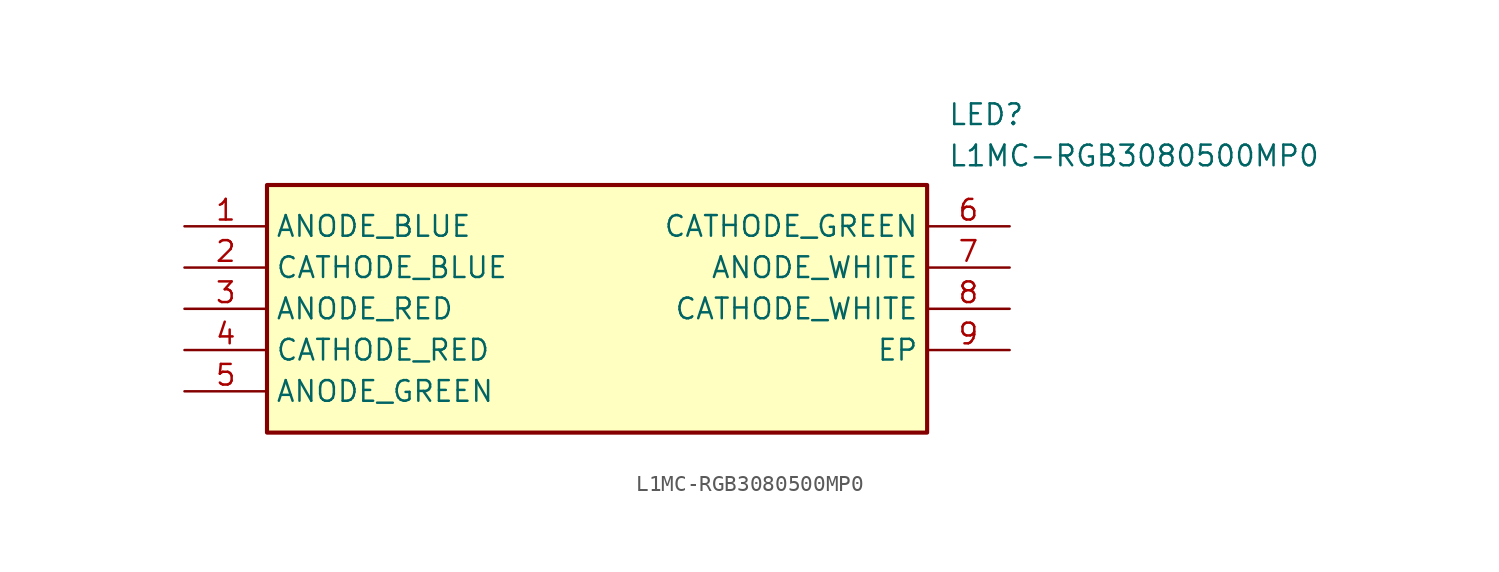
<source format=kicad_sym>
(kicad_symbol_lib
  (version 20211014)
  (generator SamacSys_ECAD_Model)
  (symbol "L1MC-RGB3080500MP0"
    (property "Reference" "LED"
      (at 46.99 7.62 0)
      (effects (font (size 1.27 1.27)) (justify left top)))
    (property "Value" "L1MC-RGB3080500MP0"
      (at 46.99 5.08 0)
      (effects (font (size 1.27 1.27)) (justify left top)))
    (rectangle
      (start 5.08 2.54)
      (end 45.72 -12.7)
      (stroke (width 0.254) (type default))
      (fill (type background)))
    (pin passive line
      (at 0 0 0)
      (length 5.08)
      (name "ANODE_BLUE" (effects (font (size 1.27 1.27))))
      (number "1" (effects (font (size 1.27 1.27)))))
    (pin passive line
      (at 0 -2.54 0)
      (length 5.08)
      (name "CATHODE_BLUE" (effects (font (size 1.27 1.27))))
      (number "2" (effects (font (size 1.27 1.27)))))
    (pin passive line
      (at 0 -5.08 0)
      (length 5.08)
      (name "ANODE_RED" (effects (font (size 1.27 1.27))))
      (number "3" (effects (font (size 1.27 1.27)))))
    (pin passive line
      (at 0 -7.62 0)
      (length 5.08)
      (name "CATHODE_RED" (effects (font (size 1.27 1.27))))
      (number "4" (effects (font (size 1.27 1.27)))))
    (pin passive line
      (at 0 -10.16 0)
      (length 5.08)
      (name "ANODE_GREEN" (effects (font (size 1.27 1.27))))
      (number "5" (effects (font (size 1.27 1.27)))))
    (pin passive line
      (at 50.8 0 180)
      (length 5.08)
      (name "CATHODE_GREEN" (effects (font (size 1.27 1.27))))
      (number "6" (effects (font (size 1.27 1.27)))))
    (pin passive line
      (at 50.8 -2.54 180)
      (length 5.08)
      (name "ANODE_WHITE" (effects (font (size 1.27 1.27))))
      (number "7" (effects (font (size 1.27 1.27)))))
    (pin passive line
      (at 50.8 -5.08 180)
      (length 5.08)
      (name "CATHODE_WHITE" (effects (font (size 1.27 1.27))))
      (number "8" (effects (font (size 1.27 1.27)))))
    (pin passive line
      (at 50.8 -7.62 180)
      (length 5.08)
      (name "EP" (effects (font (size 1.27 1.27))))
      (number "9" (effects (font (size 1.27 1.27)))))))
</source>
